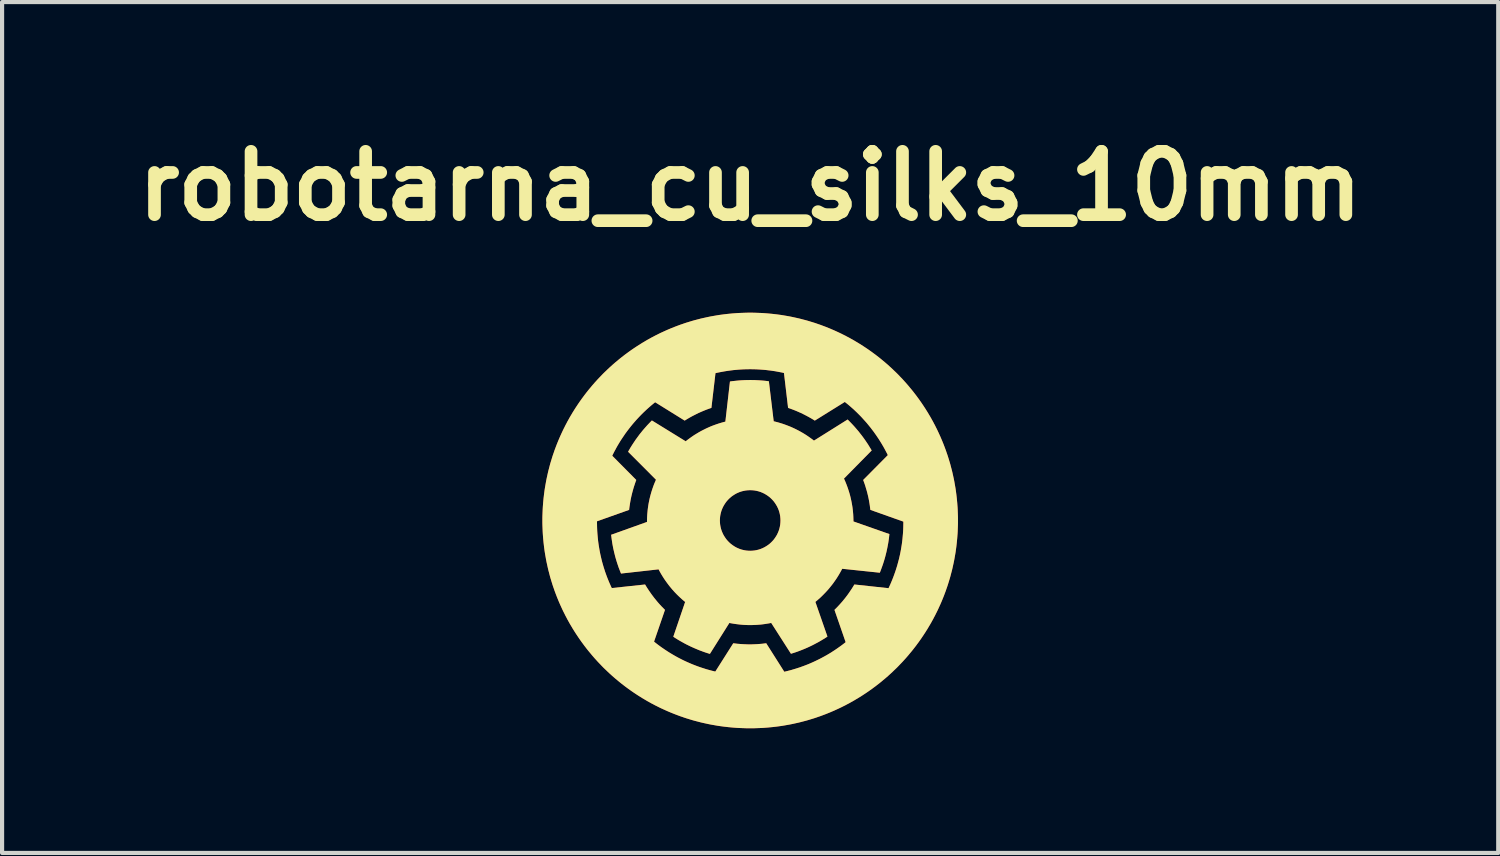
<source format=kicad_pcb>
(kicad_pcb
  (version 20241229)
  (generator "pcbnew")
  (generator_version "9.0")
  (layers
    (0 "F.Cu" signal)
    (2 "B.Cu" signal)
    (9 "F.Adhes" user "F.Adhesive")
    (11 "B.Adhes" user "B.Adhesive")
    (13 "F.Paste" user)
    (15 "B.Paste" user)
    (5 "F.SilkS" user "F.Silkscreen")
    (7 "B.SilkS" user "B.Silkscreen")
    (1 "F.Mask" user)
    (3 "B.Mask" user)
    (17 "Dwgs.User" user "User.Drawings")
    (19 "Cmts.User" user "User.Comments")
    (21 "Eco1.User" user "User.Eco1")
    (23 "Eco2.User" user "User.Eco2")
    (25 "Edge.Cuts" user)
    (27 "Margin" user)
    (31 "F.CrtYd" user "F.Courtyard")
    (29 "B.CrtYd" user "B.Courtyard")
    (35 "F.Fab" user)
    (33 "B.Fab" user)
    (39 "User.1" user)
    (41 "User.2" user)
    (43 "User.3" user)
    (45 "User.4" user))
  (footprint "robotarna_cu_silks_10mm"
    (layer "F.Cu")
    (at 15.001 9.474)
    (property "Reference" "robotarna_cu_silks_10mm" (at 0 -8.048 0) (layer "F.SilkS") (effects (font (size 1.524 1.524) (thickness 0.305))))
    (attr smd)
    (fp_poly (pts (xy -0.000008 0.729) (xy -3.306 0.613) (xy -3.296 0.666) (xy -3.284 0.719) (xy -3.272 0.771) (xy -3.259 0.823) (xy -3.246 0.875) (xy -3.231 0.927) (xy -3.216 0.978) (xy -3.2 1.028) (xy -3.183 1.079) (xy -3.166 1.129) (xy -3.147 1.178) (xy -3.128 1.228) (xy -3.108 1.277) (xy -2.204 1.176) (xy -2.179 1.223) (xy -2.153 1.27) (xy -2.125 1.317) (xy -2.097 1.362) (xy -2.068 1.407) (xy -2.037 1.452) (xy -2.006 1.495) (xy -1.974 1.538) (xy -1.941 1.581) (xy -1.907 1.622) (xy -1.873 1.663) (xy -1.837 1.703) (xy -1.801 1.742) (xy -1.763 1.781) (xy -1.725 1.818) (xy -1.686 1.855) (xy -1.647 1.891) (xy -1.606 1.926) (xy -1.565 1.96) (xy -1.85 2.797) (xy -1.805 2.827) (xy -1.76 2.855) (xy -1.714 2.883) (xy -1.667 2.91) (xy -1.62 2.936) (xy -1.573 2.962) (xy -1.525 2.987) (xy -1.476 3.011) (xy -1.427 3.035) (xy -1.378 3.057) (xy -1.328 3.079) (xy -1.278 3.1) (xy -1.228 3.121) (xy -1.177 3.14) (xy -1.126 3.159) (xy -1.074 3.177) (xy -1.022 3.194) (xy -0.969 3.21) (xy -0.501 2.466) (xy -0.447 2.476) (xy -0.392 2.485) (xy -0.338 2.493) (xy -0.283 2.5) (xy -0.227 2.506) (xy -0.171 2.511) (xy -0.115 2.514) (xy -0.059 2.516) (xy -0.002 2.516) (xy 0.05 2.516) (xy 0.102 2.514) (xy 0.154 2.512) (xy 0.205 2.508) (xy 0.256 2.504) (xy 0.307 2.498) (xy 0.357 2.491) (xy 0.407 2.483) (xy 0.457 2.475) (xy 0.506 2.465) (xy 0.981 3.207) (xy 1.033 3.191) (xy 1.085 3.174) (xy 1.137 3.156) (xy 1.188 3.137) (xy 1.239 3.117) (xy 1.289 3.097) (xy 1.339 3.076) (xy 1.389 3.054) (xy 1.438 3.031) (xy 1.486 3.008) (xy 1.535 2.983) (xy 1.582 2.958) (xy 1.63 2.933) (xy 1.677 2.906) (xy 1.723 2.879) (xy 1.769 2.851) (xy 1.815 2.823) (xy 1.859 2.793) (xy 1.569 1.959) (xy 1.61 1.925) (xy 1.651 1.889) (xy 1.692 1.853) (xy 1.731 1.815) (xy 1.769 1.777) (xy 1.807 1.738) (xy 1.844 1.698) (xy 1.88 1.658) (xy 1.915 1.616) (xy 1.949 1.574) (xy 1.983 1.531) (xy 2.015 1.487) (xy 2.046 1.443) (xy 2.077 1.398) (xy 2.106 1.352) (xy 2.135 1.305) (xy 2.162 1.258) (xy 2.189 1.21) (xy 2.214 1.162) (xy 3.119 1.257) (xy 3.139 1.208) (xy 3.157 1.159) (xy 3.175 1.109) (xy 3.193 1.059) (xy 3.209 1.009) (xy 3.225 0.958) (xy 3.24 0.907) (xy 3.254 0.856) (xy 3.267 0.804) (xy 3.28 0.752) (xy 3.291 0.7) (xy 3.302 0.648) (xy 3.312 0.595) (xy 3.322 0.542) (xy 3.33 0.488) (xy 3.338 0.435) (xy 3.344 0.381) (xy 3.35 0.327) (xy 2.485 0.023) (xy 2.484 -0.035) (xy 2.482 -0.093) (xy 2.479 -0.15) (xy 2.474 -0.207) (xy 2.468 -0.264) (xy 2.461 -0.32) (xy 2.452 -0.375) (xy 2.442 -0.431) (xy 2.431 -0.486) (xy 2.419 -0.54) (xy 2.406 -0.594) (xy 2.391 -0.648) (xy 2.375 -0.701) (xy 2.358 -0.753) (xy 2.34 -0.806) (xy 2.321 -0.857) (xy 2.301 -0.908) (xy 2.28 -0.958) (xy 2.257 -1.008) (xy 2.924 -1.685) (xy 2.895 -1.734) (xy 2.866 -1.781) (xy 2.837 -1.829) (xy 2.806 -1.875) (xy 2.775 -1.921) (xy 2.743 -1.967) (xy 2.71 -2.012) (xy 2.677 -2.056) (xy 2.642 -2.1) (xy 2.608 -2.144) (xy 2.572 -2.186) (xy 2.536 -2.228) (xy 2.499 -2.27) (xy 2.461 -2.311) (xy 2.423 -2.351) (xy 2.384 -2.391) (xy 2.345 -2.43) (xy 1.535 -1.922) (xy 1.492 -1.955) (xy 1.449 -1.986) (xy 1.405 -2.017) (xy 1.361 -2.047) (xy 1.316 -2.076) (xy 1.27 -2.104) (xy 1.223 -2.131) (xy 1.176 -2.157) (xy 1.128 -2.182) (xy 1.08 -2.206) (xy 1.031 -2.229) (xy 0.982 -2.251) (xy 0.931 -2.272) (xy 0.881 -2.291) (xy 0.83 -2.31) (xy 0.778 -2.328) (xy 0.726 -2.344) (xy 0.673 -2.36) (xy 0.62 -2.374) (xy 0.566 -2.387) (xy 0.45 -3.35) (xy 0.396 -3.357) (xy 0.341 -3.363) (xy 0.285 -3.368) (xy 0.23 -3.372) (xy 0.174 -3.375) (xy 0.118 -3.378) (xy 0.062 -3.379) (xy 0.006 -3.38) (xy -0.05 -3.379) (xy -0.106 -3.378) (xy -0.161 -3.376) (xy -0.216 -3.373) (xy -0.271 -3.369) (xy -0.325 -3.364) (xy -0.38 -3.358) (xy -0.434 -3.352) (xy -0.487 -3.344) (xy -0.597 -2.379) (xy -0.65 -2.365) (xy -0.703 -2.35) (xy -0.755 -2.334) (xy -0.806 -2.317) (xy -0.857 -2.299) (xy -0.908 -2.28) (xy -0.958 -2.26) (xy -1.007 -2.238) (xy -1.056 -2.216) (xy -1.104 -2.192) (xy -1.152 -2.168) (xy -1.199 -2.143) (xy -1.246 -2.116) (xy -1.291 -2.089) (xy -1.337 -2.061) (xy -1.381 -2.032) (xy -1.425 -2.001) (xy -1.468 -1.97) (xy -1.511 -1.938) (xy -1.552 -1.906) (xy -2.365 -2.407) (xy -2.404 -2.368) (xy -2.443 -2.327) (xy -2.481 -2.287) (xy -2.518 -2.245) (xy -2.555 -2.203) (xy -2.591 -2.161) (xy -2.626 -2.117) (xy -2.661 -2.074) (xy -2.694 -2.029) (xy -2.727 -1.984) (xy -2.76 -1.939) (xy -2.791 -1.892) (xy -2.822 -1.846) (xy -2.852 -1.799) (xy -2.882 -1.751) (xy -2.91 -1.703) (xy -2.938 -1.654) (xy -2.267 -0.981) (xy -2.288 -0.932) (xy -2.309 -0.883) (xy -2.328 -0.833) (xy -2.346 -0.782) (xy -2.363 -0.731) (xy -2.379 -0.68) (xy -2.394 -0.627) (xy -2.408 -0.575) (xy -2.421 -0.522) (xy -2.432 -0.469) (xy -2.443 -0.415) (xy -2.452 -0.361) (xy -2.46 -0.306) (xy -2.467 -0.251) (xy -2.472 -0.196) (xy -2.477 -0.14) (xy -2.48 -0.084) (xy -2.482 -0.028) (xy -2.483 0.029) (xy -2.483 0.035) (xy -3.346 0.344) (xy -3.339 0.399) (xy -3.332 0.453) (xy -3.324 0.507) (xy -3.316 0.56) (xy -3.306 0.613) (xy -0.000008 0.729) (xy -0.052 0.727) (xy -0.103 0.722) (xy -0.153 0.713) (xy -0.202 0.701) (xy -0.249 0.686) (xy -0.295 0.667) (xy -0.34 0.646) (xy -0.382 0.621) (xy -0.423 0.594) (xy -0.462 0.565) (xy -0.498 0.533) (xy -0.533 0.498) (xy -0.565 0.462) (xy -0.594 0.423) (xy -0.621 0.382) (xy -0.646 0.34) (xy -0.667 0.295) (xy -0.686 0.249) (xy -0.701 0.202) (xy -0.713 0.153) (xy -0.722 0.103) (xy -0.727 0.052) (xy -0.729 0.000017) (xy -0.727 -0.052) (xy -0.722 -0.103) (xy -0.713 -0.153) (xy -0.701 -0.202) (xy -0.686 -0.249) (xy -0.667 -0.295) (xy -0.646 -0.339) (xy -0.621 -0.382) (xy -0.594 -0.423) (xy -0.565 -0.462) (xy -0.533 -0.498) (xy -0.498 -0.533) (xy -0.462 -0.565) (xy -0.423 -0.594) (xy -0.382 -0.621) (xy -0.34 -0.646) (xy -0.295 -0.667) (xy -0.249 -0.686) (xy -0.202 -0.701) (xy -0.153 -0.713) (xy -0.103 -0.722) (xy -0.052 -0.727) (xy -0.000008 -0.729) (xy 0.052 -0.727) (xy 0.103 -0.722) (xy 0.153 -0.713) (xy 0.202 -0.701) (xy 0.249 -0.686) (xy 0.295 -0.667) (xy 0.339 -0.646) (xy 0.382 -0.621) (xy 0.423 -0.594) (xy 0.462 -0.565) (xy 0.498 -0.533) (xy 0.533 -0.498) (xy 0.565 -0.462) (xy 0.594 -0.423) (xy 0.621 -0.382) (xy 0.646 -0.339) (xy 0.667 -0.295) (xy 0.686 -0.249) (xy 0.701 -0.202) (xy 0.713 -0.153) (xy 0.722 -0.103) (xy 0.727 -0.052) (xy 0.729 0.000017) (xy 0.727 0.052) (xy 0.722 0.103) (xy 0.713 0.153) (xy 0.701 0.202) (xy 0.686 0.249) (xy 0.667 0.295) (xy 0.646 0.34) (xy 0.621 0.382) (xy 0.594 0.423) (xy 0.565 0.462) (xy 0.533 0.498) (xy 0.498 0.533) (xy 0.462 0.565) (xy 0.423 0.594) (xy 0.382 0.621) (xy 0.339 0.646) (xy 0.295 0.667) (xy 0.249 0.686) (xy 0.202 0.701) (xy 0.153 0.713) (xy 0.103 0.722) (xy 0.052 0.727) (xy -0.000008 0.729)) (stroke (width 0) (type solid)) (fill yes) (layer "F.Cu"))
    (fp_poly (pts (xy 3.329 1.629) (xy 0.739 4.946) (xy 0.79 4.938) (xy 0.842 4.929) (xy 0.893 4.92) (xy 0.944 4.911) (xy 0.995 4.901) (xy 1.046 4.89) (xy 1.096 4.879) (xy 1.146 4.868) (xy 1.197 4.856) (xy 1.246 4.843) (xy 1.296 4.83) (xy 1.346 4.817) (xy 1.395 4.803) (xy 1.444 4.788) (xy 1.493 4.773) (xy 1.542 4.758) (xy 1.59 4.742) (xy 1.638 4.725) (xy 1.686 4.709) (xy 1.734 4.691) (xy 1.782 4.673) (xy 1.829 4.655) (xy 1.876 4.636) (xy 1.923 4.617) (xy 1.969 4.597) (xy 2.016 4.577) (xy 2.062 4.556) (xy 2.108 4.535) (xy 2.153 4.514) (xy 2.199 4.492) (xy 2.244 4.469) (xy 2.289 4.447) (xy 2.333 4.423) (xy 2.378 4.4) (xy 2.422 4.375) (xy 2.466 4.351) (xy 2.509 4.326) (xy 2.552 4.3) (xy 2.595 4.275) (xy 2.638 4.248) (xy 2.68 4.222) (xy 2.723 4.194) (xy 2.764 4.167) (xy 2.806 4.139) (xy 2.847 4.111) (xy 2.888 4.082) (xy 2.929 4.053) (xy 2.969 4.023) (xy 3.009 3.994) (xy 3.049 3.963) (xy 3.088 3.933) (xy 3.127 3.902) (xy 3.166 3.87) (xy 3.204 3.838) (xy 3.243 3.806) (xy 3.28 3.774) (xy 3.318 3.741) (xy 3.355 3.707) (xy 3.392 3.674) (xy 3.428 3.64) (xy 3.464 3.605) (xy 3.5 3.571) (xy 3.536 3.536) (xy 3.571 3.5) (xy 3.605 3.464) (xy 3.64 3.428) (xy 3.674 3.392) (xy 3.707 3.355) (xy 3.741 3.318) (xy 3.774 3.28) (xy 3.806 3.243) (xy 3.838 3.204) (xy 3.87 3.166) (xy 3.902 3.127) (xy 3.933 3.088) (xy 3.963 3.049) (xy 3.994 3.009) (xy 4.023 2.969) (xy 4.053 2.929) (xy 4.082 2.888) (xy 4.111 2.847) (xy 4.139 2.806) (xy 4.167 2.764) (xy 4.194 2.723) (xy 4.222 2.68) (xy 4.248 2.638) (xy 4.275 2.595) (xy 4.3 2.552) (xy 4.326 2.509) (xy 4.351 2.466) (xy 4.375 2.422) (xy 4.4 2.378) (xy 4.423 2.333) (xy 4.447 2.289) (xy 4.469 2.244) (xy 4.492 2.199) (xy 4.514 2.154) (xy 4.535 2.108) (xy 4.556 2.062) (xy 4.577 2.016) (xy 4.597 1.97) (xy 4.617 1.923) (xy 4.636 1.876) (xy 4.655 1.829) (xy 4.673 1.782) (xy 4.691 1.734) (xy 4.709 1.686) (xy 4.725 1.638) (xy 4.742 1.59) (xy 4.758 1.542) (xy 4.773 1.493) (xy 4.788 1.444) (xy 4.803 1.395) (xy 4.817 1.346) (xy 4.83 1.296) (xy 4.843 1.246) (xy 4.856 1.197) (xy 4.868 1.146) (xy 4.879 1.096) (xy 4.89 1.046) (xy 4.901 0.995) (xy 4.911 0.944) (xy 4.92 0.893) (xy 4.929 0.842) (xy 4.938 0.79) (xy 4.946 0.739) (xy 4.953 0.687) (xy 4.96 0.635) (xy 4.966 0.583) (xy 4.972 0.531) (xy 4.977 0.478) (xy 4.982 0.426) (xy 4.986 0.373) (xy 4.99 0.32) (xy 4.993 0.267) (xy 4.995 0.214) (xy 4.997 0.161) (xy 4.999 0.107) (xy 5 0.054) (xy 5 0.000014) (xy 5 -0.054) (xy 4.999 -0.107) (xy 4.997 -0.161) (xy 4.995 -0.214) (xy 4.993 -0.267) (xy 4.99 -0.32) (xy 4.986 -0.373) (xy 4.982 -0.426) (xy 4.977 -0.478) (xy 4.972 -0.531) (xy 4.966 -0.583) (xy 4.96 -0.635) (xy 4.953 -0.687) (xy 4.946 -0.739) (xy 4.938 -0.79) (xy 4.929 -0.842) (xy 4.92 -0.893) (xy 4.911 -0.944) (xy 4.901 -0.995) (xy 4.89 -1.046) (xy 4.879 -1.096) (xy 4.868 -1.146) (xy 4.856 -1.197) (xy 4.843 -1.246) (xy 4.83 -1.296) (xy 4.817 -1.346) (xy 4.803 -1.395) (xy 4.788 -1.444) (xy 4.773 -1.493) (xy 4.758 -1.542) (xy 4.742 -1.59) (xy 4.725 -1.638) (xy 4.709 -1.686) (xy 4.691 -1.734) (xy 4.673 -1.782) (xy 4.655 -1.829) (xy 4.636 -1.876) (xy 4.617 -1.923) (xy 4.597 -1.969) (xy 4.577 -2.016) (xy 4.556 -2.062) (xy 4.535 -2.108) (xy 4.514 -2.153) (xy 4.492 -2.199) (xy 4.469 -2.244) (xy 4.447 -2.289) (xy 4.423 -2.333) (xy 4.4 -2.378) (xy 4.375 -2.422) (xy 4.351 -2.466) (xy 4.326 -2.509) (xy 4.3 -2.552) (xy 4.275 -2.595) (xy 4.248 -2.638) (xy 4.222 -2.68) (xy 4.194 -2.723) (xy 4.167 -2.764) (xy 4.139 -2.806) (xy 4.111 -2.847) (xy 4.082 -2.888) (xy 4.053 -2.929) (xy 4.023 -2.969) (xy 3.994 -3.009) (xy 3.963 -3.049) (xy 3.933 -3.088) (xy 3.902 -3.127) (xy 3.87 -3.166) (xy 3.838 -3.204) (xy 3.806 -3.243) (xy 3.774 -3.28) (xy 3.741 -3.318) (xy 3.707 -3.355) (xy 3.674 -3.392) (xy 3.64 -3.428) (xy 3.605 -3.464) (xy 3.571 -3.5) (xy 3.536 -3.536) (xy 3.5 -3.571) (xy 3.464 -3.605) (xy 3.428 -3.64) (xy 3.392 -3.674) (xy 3.355 -3.707) (xy 3.318 -3.741) (xy 3.28 -3.774) (xy 3.243 -3.806) (xy 3.204 -3.838) (xy 3.166 -3.87) (xy 3.127 -3.902) (xy 3.088 -3.933) (xy 3.049 -3.963) (xy 3.009 -3.994) (xy 2.969 -4.023) (xy 2.929 -4.053) (xy 2.888 -4.082) (xy 2.847 -4.111) (xy 2.806 -4.139) (xy 2.764 -4.167) (xy 2.723 -4.194) (xy 2.68 -4.222) (xy 2.638 -4.248) (xy 2.595 -4.275) (xy 2.552 -4.3) (xy 2.509 -4.326) (xy 2.466 -4.351) (xy 2.422 -4.375) (xy 2.378 -4.4) (xy 2.333 -4.423) (xy 2.289 -4.447) (xy 2.244 -4.469) (xy 2.199 -4.492) (xy 2.153 -4.514) (xy 2.108 -4.535) (xy 2.062 -4.556) (xy 2.016 -4.577) (xy 1.969 -4.597) (xy 1.923 -4.617) (xy 1.876 -4.636) (xy 1.829 -4.655) (xy 1.782 -4.673) (xy 1.734 -4.691) (xy 1.686 -4.709) (xy 1.638 -4.725) (xy 1.59 -4.742) (xy 1.542 -4.758) (xy 1.493 -4.773) (xy 1.444 -4.788) (xy 1.395 -4.803) (xy 1.346 -4.817) (xy 1.296 -4.83) (xy 1.246 -4.843) (xy 1.197 -4.856) (xy 1.146 -4.868) (xy 1.096 -4.879) (xy 1.046 -4.89) (xy 0.995 -4.901) (xy 0.944 -4.911) (xy 0.893 -4.92) (xy 0.842 -4.929) (xy 0.79 -4.938) (xy 0.739 -4.946) (xy 0.687 -4.953) (xy 0.635 -4.96) (xy 0.583 -4.966) (xy 0.531 -4.972) (xy 0.478 -4.977) (xy 0.426 -4.982) (xy 0.373 -4.986) (xy 0.32 -4.99) (xy 0.267 -4.993) (xy 0.214 -4.995) (xy 0.161 -4.997) (xy 0.107 -4.999) (xy 0.054 -5) (xy -0.000014 -5) (xy -0.054 -5) (xy -0.107 -4.999) (xy -0.161 -4.997) (xy -0.214 -4.995) (xy -0.267 -4.993) (xy -0.32 -4.99) (xy -0.373 -4.986) (xy -0.426 -4.982) (xy -0.478 -4.977) (xy -0.531 -4.972) (xy -0.583 -4.966) (xy -0.635 -4.96) (xy -0.687 -4.953) (xy -0.739 -4.946) (xy -0.79 -4.938) (xy -0.842 -4.929) (xy -0.893 -4.92) (xy -0.944 -4.911) (xy -0.995 -4.901) (xy -1.046 -4.89) (xy -1.096 -4.879) (xy -1.146 -4.868) (xy -1.197 -4.856) (xy -1.246 -4.843) (xy -1.296 -4.83) (xy -1.346 -4.817) (xy -1.395 -4.803) (xy -1.444 -4.788) (xy -1.493 -4.773) (xy -1.542 -4.758) (xy -1.59 -4.742) (xy -1.638 -4.725) (xy -1.686 -4.709) (xy -1.734 -4.691) (xy -1.782 -4.673) (xy -1.829 -4.655) (xy -1.876 -4.636) (xy -1.923 -4.617) (xy -1.97 -4.597) (xy -2.016 -4.577) (xy -2.062 -4.556) (xy -2.108 -4.535) (xy -2.154 -4.514) (xy -2.199 -4.492) (xy -2.244 -4.469) (xy -2.289 -4.447) (xy -2.333 -4.423) (xy -2.378 -4.4) (xy -2.422 -4.375) (xy -2.466 -4.351) (xy -2.509 -4.326) (xy -2.552 -4.3) (xy -2.595 -4.275) (xy -2.638 -4.248) (xy -2.68 -4.222) (xy -2.723 -4.194) (xy -2.764 -4.167) (xy -2.806 -4.139) (xy -2.847 -4.111) (xy -2.888 -4.082) (xy -2.929 -4.053) (xy -2.969 -4.023) (xy -3.009 -3.994) (xy -3.049 -3.963) (xy -3.088 -3.933) (xy -3.127 -3.902) (xy -3.166 -3.87) (xy -3.204 -3.838) (xy -3.243 -3.806) (xy -3.28 -3.774) (xy -3.318 -3.741) (xy -3.355 -3.707) (xy -3.392 -3.674) (xy -3.428 -3.64) (xy -3.464 -3.605) (xy -3.5 -3.571) (xy -3.536 -3.536) (xy -3.571 -3.5) (xy -3.605 -3.464) (xy -3.64 -3.428) (xy -3.674 -3.392) (xy -3.707 -3.355) (xy -3.741 -3.318) (xy -3.774 -3.28) (xy -3.806 -3.243) (xy -3.838 -3.204) (xy -3.87 -3.166) (xy -3.902 -3.127) (xy -3.933 -3.088) (xy -3.963 -3.049) (xy -3.994 -3.009) (xy -4.023 -2.969) (xy -4.053 -2.929) (xy -4.082 -2.888) (xy -4.111 -2.847) (xy -4.139 -2.806) (xy -4.167 -2.764) (xy -4.194 -2.723) (xy -4.222 -2.68) (xy -4.248 -2.638) (xy -4.275 -2.595) (xy -4.3 -2.552) (xy -4.326 -2.509) (xy -4.351 -2.466) (xy -4.375 -2.422) (xy -4.4 -2.378) (xy -4.423 -2.333) (xy -4.447 -2.289) (xy -4.469 -2.244) (xy -4.492 -2.199) (xy -4.514 -2.153) (xy -4.535 -2.108) (xy -4.556 -2.062) (xy -4.577 -2.016) (xy -4.597 -1.969) (xy -4.617 -1.923) (xy -4.636 -1.876) (xy -4.655 -1.829) (xy -4.673 -1.782) (xy -4.691 -1.734) (xy -4.709 -1.686) (xy -4.725 -1.638) (xy -4.742 -1.59) (xy -4.758 -1.542) (xy -4.773 -1.493) (xy -4.788 -1.444) (xy -4.803 -1.395) (xy -4.817 -1.346) (xy -4.83 -1.296) (xy -4.843 -1.246) (xy -4.856 -1.197) (xy -4.868 -1.146) (xy -4.879 -1.096) (xy -4.89 -1.046) (xy -4.901 -0.995) (xy -4.911 -0.944) (xy -4.92 -0.893) (xy -4.929 -0.842) (xy -4.938 -0.79) (xy -4.946 -0.739) (xy -4.953 -0.687) (xy -4.96 -0.635) (xy -4.966 -0.583) (xy -4.972 -0.531) (xy -4.977 -0.478) (xy -4.982 -0.426) (xy -4.986 -0.373) (xy -4.99 -0.32) (xy -4.993 -0.267) (xy -4.995 -0.214) (xy -4.997 -0.161) (xy -4.999 -0.107) (xy -5 -0.054) (xy -5 0.000014) (xy -5 0.054) (xy -4.999 0.107) (xy -4.997 0.161) (xy -4.995 0.214) (xy -4.993 0.267) (xy -4.99 0.32) (xy -4.986 0.373) (xy -4.982 0.426) (xy -4.977 0.478) (xy -4.972 0.531) (xy -4.966 0.583) (xy -4.96 0.635) (xy -4.953 0.687) (xy -4.946 0.739) (xy -4.938 0.79) (xy -4.929 0.842) (xy -4.92 0.893) (xy -4.911 0.944) (xy -4.901 0.995) (xy -4.89 1.046) (xy -4.879 1.096) (xy -4.868 1.146) (xy -4.856 1.197) (xy -4.843 1.246) (xy -4.83 1.296) (xy -4.817 1.346) (xy -4.803 1.395) (xy -4.788 1.444) (xy -4.773 1.493) (xy -4.758 1.542) (xy -4.742 1.59) (xy -4.725 1.638) (xy -4.709 1.686) (xy -4.691 1.734) (xy -4.673 1.782) (xy -4.655 1.829) (xy -4.636 1.876) (xy -4.617 1.923) (xy -4.597 1.97) (xy -4.577 2.016) (xy -4.556 2.062) (xy -4.535 2.108) (xy -4.514 2.154) (xy -4.492 2.199) (xy -4.469 2.244) (xy -4.447 2.289) (xy -4.423 2.333) (xy -4.4 2.378) (xy -4.375 2.422) (xy -4.351 2.466) (xy -4.326 2.509) (xy -4.3 2.552) (xy -4.275 2.595) (xy -4.248 2.638) (xy -4.222 2.68) (xy -4.194 2.723) (xy -4.167 2.764) (xy -4.139 2.806) (xy -4.111 2.847) (xy -4.082 2.888) (xy -4.053 2.929) (xy -4.023 2.969) (xy -3.994 3.009) (xy -3.963 3.049) (xy -3.933 3.088) (xy -3.902 3.127) (xy -3.87 3.166) (xy -3.838 3.204) (xy -3.806 3.243) (xy -3.774 3.28) (xy -3.741 3.318) (xy -3.707 3.355) (xy -3.674 3.392) (xy -3.64 3.428) (xy -3.605 3.464) (xy -3.571 3.5) (xy -3.536 3.536) (xy -3.5 3.571) (xy -3.464 3.605) (xy -3.428 3.64) (xy -3.392 3.674) (xy -3.355 3.707) (xy -3.318 3.741) (xy -3.28 3.774) (xy -3.243 3.806) (xy -3.204 3.838) (xy -3.166 3.87) (xy -3.127 3.902) (xy -3.088 3.933) (xy -3.049 3.963) (xy -3.009 3.994) (xy -2.969 4.023) (xy -2.929 4.053) (xy -2.888 4.082) (xy -2.847 4.111) (xy -2.806 4.139) (xy -2.764 4.167) (xy -2.723 4.194) (xy -2.68 4.222) (xy -2.638 4.248) (xy -2.595 4.275) (xy -2.552 4.3) (xy -2.509 4.326) (xy -2.466 4.351) (xy -2.422 4.375) (xy -2.378 4.4) (xy -2.333 4.423) (xy -2.289 4.447) (xy -2.244 4.469) (xy -2.199 4.492) (xy -2.154 4.514) (xy -2.108 4.535) (xy -2.062 4.556) (xy -2.016 4.577) (xy -1.97 4.597) (xy -1.923 4.617) (xy -1.876 4.636) (xy -1.829 4.655) (xy -1.782 4.673) (xy -1.734 4.691) (xy -1.686 4.709) (xy -1.638 4.725) (xy -1.59 4.742) (xy -1.542 4.758) (xy -1.493 4.773) (xy -1.444 4.788) (xy -1.395 4.803) (xy -1.346 4.817) (xy -1.296 4.83) (xy -1.246 4.843) (xy -1.197 4.856) (xy -1.146 4.868) (xy -1.096 4.879) (xy -1.046 4.89) (xy -0.995 4.901) (xy -0.944 4.911) (xy -0.893 4.92) (xy -0.842 4.929) (xy -0.79 4.938) (xy -0.739 4.946) (xy -0.687 4.953) (xy -0.635 4.96) (xy -0.583 4.966) (xy -0.531 4.972) (xy -0.478 4.977) (xy -0.426 4.982) (xy -0.373 4.986) (xy -0.32 4.99) (xy -0.267 4.993) (xy -0.214 4.995) (xy -0.161 4.997) (xy -0.107 4.999) (xy -0.054 5) (xy -0.000014 5) (xy 0.054 5) (xy 0.107 4.999) (xy 0.161 4.997) (xy 0.214 4.995) (xy 0.267 4.993) (xy 0.32 4.99) (xy 0.373 4.986) (xy 0.426 4.982) (xy 0.478 4.977) (xy 0.531 4.972) (xy 0.583 4.966) (xy 0.635 4.96) (xy 0.687 4.953) (xy 0.739 4.946) (xy 3.329 1.629) (xy 2.507 1.54) (xy 2.478 1.588) (xy 2.449 1.635) (xy 2.418 1.681) (xy 2.387 1.727) (xy 2.355 1.773) (xy 2.322 1.817) (xy 2.288 1.862) (xy 2.253 1.905) (xy 2.218 1.948) (xy 2.181 1.99) (xy 2.144 2.031) (xy 2.106 2.072) (xy 2.068 2.111) (xy 2.028 2.151) (xy 2.297 2.928) (xy 2.254 2.962) (xy 2.211 2.995) (xy 2.167 3.027) (xy 2.122 3.059) (xy 2.078 3.09) (xy 2.032 3.121) (xy 1.987 3.15) (xy 1.941 3.18) (xy 1.894 3.208) (xy 1.847 3.236) (xy 1.799 3.263) (xy 1.751 3.289) (xy 1.703 3.315) (xy 1.654 3.34) (xy 1.605 3.364) (xy 1.555 3.388) (xy 1.505 3.411) (xy 1.455 3.433) (xy 1.404 3.455) (xy 1.353 3.475) (xy 1.301 3.495) (xy 1.249 3.514) (xy 1.197 3.533) (xy 1.144 3.55) (xy 1.091 3.567) (xy 1.037 3.583) (xy 0.984 3.599) (xy 0.93 3.613) (xy 0.875 3.627) (xy 0.821 3.64) (xy 0.386 2.954) (xy 0.337 2.96) (xy 0.288 2.966) (xy 0.239 2.97) (xy 0.189 2.974) (xy 0.14 2.977) (xy 0.09 2.979) (xy 0.04 2.981) (xy -0.011 2.981) (xy -0.061 2.981) (xy -0.111 2.979) (xy -0.161 2.977) (xy -0.211 2.974) (xy -0.26 2.97) (xy -0.309 2.966) (xy -0.358 2.96) (xy -0.407 2.954) (xy -0.839 3.635) (xy -0.894 3.622) (xy -0.948 3.608) (xy -1.002 3.593) (xy -1.056 3.578) (xy -1.109 3.561) (xy -1.162 3.544) (xy -1.215 3.526) (xy -1.267 3.508) (xy -1.319 3.488) (xy -1.371 3.468) (xy -1.422 3.447) (xy -1.473 3.425) (xy -1.523 3.403) (xy -1.573 3.38) (xy -1.623 3.356) (xy -1.672 3.331) (xy -1.721 3.306) (xy -1.769 3.28) (xy -1.817 3.253) (xy -1.865 3.225) (xy -1.912 3.197) (xy -1.958 3.169) (xy -2.004 3.139) (xy -2.05 3.109) (xy -2.095 3.078) (xy -2.14 3.047) (xy -2.184 3.015) (xy -2.228 2.982) (xy -2.271 2.949) (xy -2.313 2.915) (xy -2.05 2.151) (xy -2.089 2.111) (xy -2.128 2.072) (xy -2.166 2.031) (xy -2.203 1.99) (xy -2.239 1.948) (xy -2.274 1.905) (xy -2.309 1.862) (xy -2.343 1.817) (xy -2.376 1.773) (xy -2.408 1.727) (xy -2.44 1.681) (xy -2.47 1.635) (xy -2.5 1.588) (xy -2.529 1.54) (xy -3.33 1.626) (xy -3.353 1.578) (xy -3.374 1.53) (xy -3.396 1.481) (xy -3.416 1.432) (xy -3.436 1.382) (xy -3.455 1.332) (xy -3.473 1.282) (xy -3.491 1.232) (xy -3.507 1.181) (xy -3.524 1.129) (xy -3.539 1.078) (xy -3.554 1.026) (xy -3.568 0.974) (xy -3.581 0.921) (xy -3.593 0.869) (xy -3.605 0.816) (xy -3.616 0.762) (xy -3.626 0.709) (xy -3.635 0.655) (xy -3.644 0.601) (xy -3.652 0.546) (xy -3.659 0.492) (xy -3.665 0.437) (xy -3.67 0.382) (xy -3.675 0.326) (xy -3.679 0.271) (xy -3.682 0.215) (xy -3.684 0.159) (xy -3.685 0.102) (xy -3.686 0.046) (xy -3.685 0.019) (xy -2.913 -0.255) (xy -2.907 -0.308) (xy -2.899 -0.362) (xy -2.891 -0.415) (xy -2.882 -0.467) (xy -2.872 -0.52) (xy -2.861 -0.572) (xy -2.849 -0.623) (xy -2.836 -0.675) (xy -2.822 -0.726) (xy -2.808 -0.776) (xy -2.792 -0.827) (xy -2.776 -0.876) (xy -2.759 -0.926) (xy -2.741 -0.975) (xy -3.319 -1.558) (xy -3.294 -1.609) (xy -3.269 -1.658) (xy -3.242 -1.707) (xy -3.216 -1.756) (xy -3.188 -1.805) (xy -3.16 -1.852) (xy -3.131 -1.9) (xy -3.101 -1.947) (xy -3.07 -1.993) (xy -3.039 -2.039) (xy -3.008 -2.085) (xy -2.975 -2.13) (xy -2.942 -2.174) (xy -2.908 -2.218) (xy -2.874 -2.261) (xy -2.839 -2.304) (xy -2.803 -2.347) (xy -2.767 -2.388) (xy -2.73 -2.43) (xy -2.693 -2.47) (xy -2.655 -2.51) (xy -2.616 -2.55) (xy -2.577 -2.589) (xy -2.537 -2.627) (xy -2.497 -2.665) (xy -2.456 -2.702) (xy -2.414 -2.739) (xy -2.372 -2.775) (xy -2.33 -2.81) (xy -2.287 -2.845) (xy -1.576 -2.403) (xy -1.53 -2.432) (xy -1.483 -2.46) (xy -1.436 -2.487) (xy -1.388 -2.513) (xy -1.339 -2.538) (xy -1.29 -2.563) (xy -1.241 -2.587) (xy -1.191 -2.609) (xy -1.14 -2.631) (xy -1.089 -2.652) (xy -1.038 -2.672) (xy -0.986 -2.691) (xy -0.933 -2.709) (xy -0.835 -3.545) (xy -0.782 -3.557) (xy -0.727 -3.568) (xy -0.673 -3.578) (xy -0.618 -3.588) (xy -0.563 -3.597) (xy -0.508 -3.605) (xy -0.453 -3.612) (xy -0.397 -3.619) (xy -0.341 -3.624) (xy -0.285 -3.629) (xy -0.228 -3.633) (xy -0.171 -3.636) (xy -0.115 -3.638) (xy -0.057 -3.639) (xy -0.000014 -3.64) (xy 0.056 -3.639) (xy 0.111 -3.638) (xy 0.167 -3.636) (xy 0.222 -3.633) (xy 0.277 -3.629) (xy 0.332 -3.625) (xy 0.386 -3.62) (xy 0.441 -3.613) (xy 0.495 -3.607) (xy 0.548 -3.599) (xy 0.602 -3.591) (xy 0.655 -3.581) (xy 0.708 -3.571) (xy 0.761 -3.561) (xy 0.813 -3.549) (xy 0.912 -2.709) (xy 0.965 -2.691) (xy 1.016 -2.672) (xy 1.068 -2.652) (xy 1.119 -2.631) (xy 1.169 -2.609) (xy 1.219 -2.587) (xy 1.269 -2.563) (xy 1.318 -2.538) (xy 1.366 -2.513) (xy 1.414 -2.487) (xy 1.462 -2.46) (xy 1.509 -2.432) (xy 1.555 -2.403) (xy 2.277 -2.852) (xy 2.32 -2.818) (xy 2.363 -2.783) (xy 2.405 -2.747) (xy 2.447 -2.71) (xy 2.488 -2.674) (xy 2.528 -2.636) (xy 2.568 -2.598) (xy 2.607 -2.559) (xy 2.646 -2.52) (xy 2.684 -2.48) (xy 2.721 -2.439) (xy 2.758 -2.398) (xy 2.795 -2.357) (xy 2.83 -2.315) (xy 2.865 -2.272) (xy 2.9 -2.229) (xy 2.933 -2.185) (xy 2.967 -2.141) (xy 2.999 -2.096) (xy 3.031 -2.051) (xy 3.062 -2.005) (xy 3.093 -1.959) (xy 3.122 -1.913) (xy 3.152 -1.865) (xy 3.18 -1.818) (xy 3.208 -1.77) (xy 3.235 -1.721) (xy 3.261 -1.672) (xy 3.287 -1.623) (xy 3.312 -1.573) (xy 2.719 -0.975) (xy 2.737 -0.926) (xy 2.755 -0.876) (xy 2.771 -0.827) (xy 2.786 -0.776) (xy 2.801 -0.726) (xy 2.815 -0.675) (xy 2.828 -0.623) (xy 2.84 -0.572) (xy 2.851 -0.52) (xy 2.861 -0.467) (xy 2.87 -0.415) (xy 2.878 -0.362) (xy 2.885 -0.308) (xy 2.892 -0.255) (xy 3.685 0.027) (xy 3.686 0.046) (xy 3.685 0.102) (xy 3.684 0.159) (xy 3.682 0.215) (xy 3.679 0.271) (xy 3.675 0.327) (xy 3.67 0.382) (xy 3.665 0.437) (xy 3.659 0.492) (xy 3.652 0.547) (xy 3.644 0.601) (xy 3.635 0.656) (xy 3.626 0.71) (xy 3.616 0.763) (xy 3.605 0.817) (xy 3.593 0.87) (xy 3.581 0.923) (xy 3.567 0.975) (xy 3.553 1.027) (xy 3.539 1.079) (xy 3.523 1.131) (xy 3.507 1.182) (xy 3.49 1.233) (xy 3.472 1.284) (xy 3.454 1.334) (xy 3.435 1.384) (xy 3.415 1.434) (xy 3.395 1.483) (xy 3.374 1.532) (xy 3.352 1.58) (xy 3.329 1.629)) (stroke (width 0) (type solid)) (fill yes) (layer "F.Cu"))
    (fp_poly (pts (xy -0.000008 0.729) (xy -3.306 0.613) (xy -3.296 0.666) (xy -3.284 0.719) (xy -3.272 0.771) (xy -3.259 0.823) (xy -3.246 0.875) (xy -3.231 0.927) (xy -3.216 0.978) (xy -3.2 1.028) (xy -3.183 1.079) (xy -3.166 1.129) (xy -3.147 1.178) (xy -3.128 1.228) (xy -3.108 1.277) (xy -2.204 1.176) (xy -2.179 1.223) (xy -2.153 1.27) (xy -2.125 1.317) (xy -2.097 1.362) (xy -2.068 1.407) (xy -2.037 1.452) (xy -2.006 1.495) (xy -1.974 1.538) (xy -1.941 1.581) (xy -1.907 1.622) (xy -1.873 1.663) (xy -1.837 1.703) (xy -1.801 1.742) (xy -1.763 1.781) (xy -1.725 1.818) (xy -1.686 1.855) (xy -1.647 1.891) (xy -1.606 1.926) (xy -1.565 1.96) (xy -1.85 2.797) (xy -1.805 2.827) (xy -1.76 2.855) (xy -1.714 2.883) (xy -1.667 2.91) (xy -1.62 2.936) (xy -1.573 2.962) (xy -1.525 2.987) (xy -1.476 3.011) (xy -1.427 3.035) (xy -1.378 3.057) (xy -1.328 3.079) (xy -1.278 3.1) (xy -1.228 3.121) (xy -1.177 3.14) (xy -1.126 3.159) (xy -1.074 3.177) (xy -1.022 3.194) (xy -0.969 3.21) (xy -0.501 2.466) (xy -0.447 2.476) (xy -0.392 2.485) (xy -0.338 2.493) (xy -0.283 2.5) (xy -0.227 2.506) (xy -0.171 2.511) (xy -0.115 2.514) (xy -0.059 2.516) (xy -0.002 2.516) (xy 0.05 2.516) (xy 0.102 2.514) (xy 0.154 2.512) (xy 0.205 2.508) (xy 0.256 2.504) (xy 0.307 2.498) (xy 0.357 2.491) (xy 0.407 2.483) (xy 0.457 2.475) (xy 0.506 2.465) (xy 0.981 3.207) (xy 1.033 3.191) (xy 1.085 3.174) (xy 1.137 3.156) (xy 1.188 3.137) (xy 1.239 3.117) (xy 1.289 3.097) (xy 1.339 3.076) (xy 1.389 3.054) (xy 1.438 3.031) (xy 1.486 3.008) (xy 1.535 2.983) (xy 1.582 2.958) (xy 1.63 2.933) (xy 1.677 2.906) (xy 1.723 2.879) (xy 1.769 2.851) (xy 1.815 2.823) (xy 1.859 2.793) (xy 1.569 1.959) (xy 1.61 1.925) (xy 1.651 1.889) (xy 1.692 1.853) (xy 1.731 1.815) (xy 1.769 1.777) (xy 1.807 1.738) (xy 1.844 1.698) (xy 1.88 1.658) (xy 1.915 1.616) (xy 1.949 1.574) (xy 1.983 1.531) (xy 2.015 1.487) (xy 2.046 1.443) (xy 2.077 1.398) (xy 2.106 1.352) (xy 2.135 1.305) (xy 2.162 1.258) (xy 2.189 1.21) (xy 2.214 1.162) (xy 3.119 1.257) (xy 3.139 1.208) (xy 3.157 1.159) (xy 3.175 1.109) (xy 3.193 1.059) (xy 3.209 1.009) (xy 3.225 0.958) (xy 3.24 0.907) (xy 3.254 0.856) (xy 3.267 0.804) (xy 3.28 0.752) (xy 3.291 0.7) (xy 3.302 0.648) (xy 3.312 0.595) (xy 3.322 0.542) (xy 3.33 0.488) (xy 3.338 0.435) (xy 3.344 0.381) (xy 3.35 0.327) (xy 2.485 0.023) (xy 2.484 -0.035) (xy 2.482 -0.093) (xy 2.479 -0.15) (xy 2.474 -0.207) (xy 2.468 -0.264) (xy 2.461 -0.32) (xy 2.452 -0.375) (xy 2.442 -0.431) (xy 2.431 -0.486) (xy 2.419 -0.54) (xy 2.406 -0.594) (xy 2.391 -0.648) (xy 2.375 -0.701) (xy 2.358 -0.753) (xy 2.34 -0.806) (xy 2.321 -0.857) (xy 2.301 -0.908) (xy 2.28 -0.958) (xy 2.257 -1.008) (xy 2.924 -1.685) (xy 2.895 -1.734) (xy 2.866 -1.781) (xy 2.837 -1.829) (xy 2.806 -1.875) (xy 2.775 -1.921) (xy 2.743 -1.967) (xy 2.71 -2.012) (xy 2.677 -2.056) (xy 2.642 -2.1) (xy 2.608 -2.144) (xy 2.572 -2.186) (xy 2.536 -2.228) (xy 2.499 -2.27) (xy 2.461 -2.311) (xy 2.423 -2.351) (xy 2.384 -2.391) (xy 2.345 -2.43) (xy 1.535 -1.922) (xy 1.492 -1.955) (xy 1.449 -1.986) (xy 1.405 -2.017) (xy 1.361 -2.047) (xy 1.316 -2.076) (xy 1.27 -2.104) (xy 1.223 -2.131) (xy 1.176 -2.157) (xy 1.128 -2.182) (xy 1.08 -2.206) (xy 1.031 -2.229) (xy 0.982 -2.251) (xy 0.931 -2.272) (xy 0.881 -2.291) (xy 0.83 -2.31) (xy 0.778 -2.328) (xy 0.726 -2.344) (xy 0.673 -2.36) (xy 0.62 -2.374) (xy 0.566 -2.387) (xy 0.45 -3.35) (xy 0.396 -3.357) (xy 0.341 -3.363) (xy 0.285 -3.368) (xy 0.23 -3.372) (xy 0.174 -3.375) (xy 0.118 -3.378) (xy 0.062 -3.379) (xy 0.006 -3.38) (xy -0.05 -3.379) (xy -0.106 -3.378) (xy -0.161 -3.376) (xy -0.216 -3.373) (xy -0.271 -3.369) (xy -0.325 -3.364) (xy -0.38 -3.358) (xy -0.434 -3.352) (xy -0.487 -3.344) (xy -0.597 -2.379) (xy -0.65 -2.365) (xy -0.703 -2.35) (xy -0.755 -2.334) (xy -0.806 -2.317) (xy -0.857 -2.299) (xy -0.908 -2.28) (xy -0.958 -2.26) (xy -1.007 -2.238) (xy -1.056 -2.216) (xy -1.104 -2.192) (xy -1.152 -2.168) (xy -1.199 -2.143) (xy -1.246 -2.116) (xy -1.291 -2.089) (xy -1.337 -2.061) (xy -1.381 -2.032) (xy -1.425 -2.001) (xy -1.468 -1.97) (xy -1.511 -1.938) (xy -1.552 -1.906) (xy -2.365 -2.407) (xy -2.404 -2.368) (xy -2.443 -2.327) (xy -2.481 -2.287) (xy -2.518 -2.245) (xy -2.555 -2.203) (xy -2.591 -2.161) (xy -2.626 -2.117) (xy -2.661 -2.074) (xy -2.694 -2.029) (xy -2.727 -1.984) (xy -2.76 -1.939) (xy -2.791 -1.892) (xy -2.822 -1.846) (xy -2.852 -1.799) (xy -2.882 -1.751) (xy -2.91 -1.703) (xy -2.938 -1.654) (xy -2.267 -0.981) (xy -2.288 -0.932) (xy -2.309 -0.883) (xy -2.328 -0.833) (xy -2.346 -0.782) (xy -2.363 -0.731) (xy -2.379 -0.68) (xy -2.394 -0.627) (xy -2.408 -0.575) (xy -2.421 -0.522) (xy -2.432 -0.469) (xy -2.443 -0.415) (xy -2.452 -0.361) (xy -2.46 -0.306) (xy -2.467 -0.251) (xy -2.472 -0.196) (xy -2.477 -0.14) (xy -2.48 -0.084) (xy -2.482 -0.028) (xy -2.483 0.029) (xy -2.483 0.035) (xy -3.346 0.344) (xy -3.339 0.399) (xy -3.332 0.453) (xy -3.324 0.507) (xy -3.316 0.56) (xy -3.306 0.613) (xy -0.000008 0.729) (xy -0.052 0.727) (xy -0.103 0.722) (xy -0.153 0.713) (xy -0.202 0.701) (xy -0.249 0.686) (xy -0.295 0.667) (xy -0.34 0.646) (xy -0.382 0.621) (xy -0.423 0.594) (xy -0.462 0.565) (xy -0.498 0.533) (xy -0.533 0.498) (xy -0.565 0.462) (xy -0.594 0.423) (xy -0.621 0.382) (xy -0.646 0.34) (xy -0.667 0.295) (xy -0.686 0.249) (xy -0.701 0.202) (xy -0.713 0.153) (xy -0.722 0.103) (xy -0.727 0.052) (xy -0.729 0.000017) (xy -0.727 -0.052) (xy -0.722 -0.103) (xy -0.713 -0.153) (xy -0.701 -0.202) (xy -0.686 -0.249) (xy -0.667 -0.295) (xy -0.646 -0.339) (xy -0.621 -0.382) (xy -0.594 -0.423) (xy -0.565 -0.462) (xy -0.533 -0.498) (xy -0.498 -0.533) (xy -0.462 -0.565) (xy -0.423 -0.594) (xy -0.382 -0.621) (xy -0.34 -0.646) (xy -0.295 -0.667) (xy -0.249 -0.686) (xy -0.202 -0.701) (xy -0.153 -0.713) (xy -0.103 -0.722) (xy -0.052 -0.727) (xy -0.000008 -0.729) (xy 0.052 -0.727) (xy 0.103 -0.722) (xy 0.153 -0.713) (xy 0.202 -0.701) (xy 0.249 -0.686) (xy 0.295 -0.667) (xy 0.339 -0.646) (xy 0.382 -0.621) (xy 0.423 -0.594) (xy 0.462 -0.565) (xy 0.498 -0.533) (xy 0.533 -0.498) (xy 0.565 -0.462) (xy 0.594 -0.423) (xy 0.621 -0.382) (xy 0.646 -0.339) (xy 0.667 -0.295) (xy 0.686 -0.249) (xy 0.701 -0.202) (xy 0.713 -0.153) (xy 0.722 -0.103) (xy 0.727 -0.052) (xy 0.729 0.000017) (xy 0.727 0.052) (xy 0.722 0.103) (xy 0.713 0.153) (xy 0.701 0.202) (xy 0.686 0.249) (xy 0.667 0.295) (xy 0.646 0.34) (xy 0.621 0.382) (xy 0.594 0.423) (xy 0.565 0.462) (xy 0.533 0.498) (xy 0.498 0.533) (xy 0.462 0.565) (xy 0.423 0.594) (xy 0.382 0.621) (xy 0.339 0.646) (xy 0.295 0.667) (xy 0.249 0.686) (xy 0.202 0.701) (xy 0.153 0.713) (xy 0.103 0.722) (xy 0.052 0.727) (xy -0.000008 0.729)) (stroke (width 0) (type solid)) (fill yes) (layer "F.SilkS"))
    (fp_poly (pts (xy 3.329 1.629) (xy 0.739 4.946) (xy 0.79 4.938) (xy 0.842 4.929) (xy 0.893 4.92) (xy 0.944 4.911) (xy 0.995 4.901) (xy 1.046 4.89) (xy 1.096 4.879) (xy 1.146 4.868) (xy 1.197 4.856) (xy 1.246 4.843) (xy 1.296 4.83) (xy 1.346 4.817) (xy 1.395 4.803) (xy 1.444 4.788) (xy 1.493 4.773) (xy 1.542 4.758) (xy 1.59 4.742) (xy 1.638 4.725) (xy 1.686 4.709) (xy 1.734 4.691) (xy 1.782 4.673) (xy 1.829 4.655) (xy 1.876 4.636) (xy 1.923 4.617) (xy 1.969 4.597) (xy 2.016 4.577) (xy 2.062 4.556) (xy 2.108 4.535) (xy 2.153 4.514) (xy 2.199 4.492) (xy 2.244 4.469) (xy 2.289 4.447) (xy 2.333 4.423) (xy 2.378 4.4) (xy 2.422 4.375) (xy 2.466 4.351) (xy 2.509 4.326) (xy 2.552 4.3) (xy 2.595 4.275) (xy 2.638 4.248) (xy 2.68 4.222) (xy 2.723 4.194) (xy 2.764 4.167) (xy 2.806 4.139) (xy 2.847 4.111) (xy 2.888 4.082) (xy 2.929 4.053) (xy 2.969 4.023) (xy 3.009 3.994) (xy 3.049 3.963) (xy 3.088 3.933) (xy 3.127 3.902) (xy 3.166 3.87) (xy 3.204 3.838) (xy 3.243 3.806) (xy 3.28 3.774) (xy 3.318 3.741) (xy 3.355 3.707) (xy 3.392 3.674) (xy 3.428 3.64) (xy 3.464 3.605) (xy 3.5 3.571) (xy 3.536 3.536) (xy 3.571 3.5) (xy 3.605 3.464) (xy 3.64 3.428) (xy 3.674 3.392) (xy 3.707 3.355) (xy 3.741 3.318) (xy 3.774 3.28) (xy 3.806 3.243) (xy 3.838 3.204) (xy 3.87 3.166) (xy 3.902 3.127) (xy 3.933 3.088) (xy 3.963 3.049) (xy 3.994 3.009) (xy 4.023 2.969) (xy 4.053 2.929) (xy 4.082 2.888) (xy 4.111 2.847) (xy 4.139 2.806) (xy 4.167 2.764) (xy 4.194 2.723) (xy 4.222 2.68) (xy 4.248 2.638) (xy 4.275 2.595) (xy 4.3 2.552) (xy 4.326 2.509) (xy 4.351 2.466) (xy 4.375 2.422) (xy 4.4 2.378) (xy 4.423 2.333) (xy 4.447 2.289) (xy 4.469 2.244) (xy 4.492 2.199) (xy 4.514 2.154) (xy 4.535 2.108) (xy 4.556 2.062) (xy 4.577 2.016) (xy 4.597 1.97) (xy 4.617 1.923) (xy 4.636 1.876) (xy 4.655 1.829) (xy 4.673 1.782) (xy 4.691 1.734) (xy 4.709 1.686) (xy 4.725 1.638) (xy 4.742 1.59) (xy 4.758 1.542) (xy 4.773 1.493) (xy 4.788 1.444) (xy 4.803 1.395) (xy 4.817 1.346) (xy 4.83 1.296) (xy 4.843 1.246) (xy 4.856 1.197) (xy 4.868 1.146) (xy 4.879 1.096) (xy 4.89 1.046) (xy 4.901 0.995) (xy 4.911 0.944) (xy 4.92 0.893) (xy 4.929 0.842) (xy 4.938 0.79) (xy 4.946 0.739) (xy 4.953 0.687) (xy 4.96 0.635) (xy 4.966 0.583) (xy 4.972 0.531) (xy 4.977 0.478) (xy 4.982 0.426) (xy 4.986 0.373) (xy 4.99 0.32) (xy 4.993 0.267) (xy 4.995 0.214) (xy 4.997 0.161) (xy 4.999 0.107) (xy 5 0.054) (xy 5 0.000014) (xy 5 -0.054) (xy 4.999 -0.107) (xy 4.997 -0.161) (xy 4.995 -0.214) (xy 4.993 -0.267) (xy 4.99 -0.32) (xy 4.986 -0.373) (xy 4.982 -0.426) (xy 4.977 -0.478) (xy 4.972 -0.531) (xy 4.966 -0.583) (xy 4.96 -0.635) (xy 4.953 -0.687) (xy 4.946 -0.739) (xy 4.938 -0.79) (xy 4.929 -0.842) (xy 4.92 -0.893) (xy 4.911 -0.944) (xy 4.901 -0.995) (xy 4.89 -1.046) (xy 4.879 -1.096) (xy 4.868 -1.146) (xy 4.856 -1.197) (xy 4.843 -1.246) (xy 4.83 -1.296) (xy 4.817 -1.346) (xy 4.803 -1.395) (xy 4.788 -1.444) (xy 4.773 -1.493) (xy 4.758 -1.542) (xy 4.742 -1.59) (xy 4.725 -1.638) (xy 4.709 -1.686) (xy 4.691 -1.734) (xy 4.673 -1.782) (xy 4.655 -1.829) (xy 4.636 -1.876) (xy 4.617 -1.923) (xy 4.597 -1.969) (xy 4.577 -2.016) (xy 4.556 -2.062) (xy 4.535 -2.108) (xy 4.514 -2.153) (xy 4.492 -2.199) (xy 4.469 -2.244) (xy 4.447 -2.289) (xy 4.423 -2.333) (xy 4.4 -2.378) (xy 4.375 -2.422) (xy 4.351 -2.466) (xy 4.326 -2.509) (xy 4.3 -2.552) (xy 4.275 -2.595) (xy 4.248 -2.638) (xy 4.222 -2.68) (xy 4.194 -2.723) (xy 4.167 -2.764) (xy 4.139 -2.806) (xy 4.111 -2.847) (xy 4.082 -2.888) (xy 4.053 -2.929) (xy 4.023 -2.969) (xy 3.994 -3.009) (xy 3.963 -3.049) (xy 3.933 -3.088) (xy 3.902 -3.127) (xy 3.87 -3.166) (xy 3.838 -3.204) (xy 3.806 -3.243) (xy 3.774 -3.28) (xy 3.741 -3.318) (xy 3.707 -3.355) (xy 3.674 -3.392) (xy 3.64 -3.428) (xy 3.605 -3.464) (xy 3.571 -3.5) (xy 3.536 -3.536) (xy 3.5 -3.571) (xy 3.464 -3.605) (xy 3.428 -3.64) (xy 3.392 -3.674) (xy 3.355 -3.707) (xy 3.318 -3.741) (xy 3.28 -3.774) (xy 3.243 -3.806) (xy 3.204 -3.838) (xy 3.166 -3.87) (xy 3.127 -3.902) (xy 3.088 -3.933) (xy 3.049 -3.963) (xy 3.009 -3.994) (xy 2.969 -4.023) (xy 2.929 -4.053) (xy 2.888 -4.082) (xy 2.847 -4.111) (xy 2.806 -4.139) (xy 2.764 -4.167) (xy 2.723 -4.194) (xy 2.68 -4.222) (xy 2.638 -4.248) (xy 2.595 -4.275) (xy 2.552 -4.3) (xy 2.509 -4.326) (xy 2.466 -4.351) (xy 2.422 -4.375) (xy 2.378 -4.4) (xy 2.333 -4.423) (xy 2.289 -4.447) (xy 2.244 -4.469) (xy 2.199 -4.492) (xy 2.153 -4.514) (xy 2.108 -4.535) (xy 2.062 -4.556) (xy 2.016 -4.577) (xy 1.969 -4.597) (xy 1.923 -4.617) (xy 1.876 -4.636) (xy 1.829 -4.655) (xy 1.782 -4.673) (xy 1.734 -4.691) (xy 1.686 -4.709) (xy 1.638 -4.725) (xy 1.59 -4.742) (xy 1.542 -4.758) (xy 1.493 -4.773) (xy 1.444 -4.788) (xy 1.395 -4.803) (xy 1.346 -4.817) (xy 1.296 -4.83) (xy 1.246 -4.843) (xy 1.197 -4.856) (xy 1.146 -4.868) (xy 1.096 -4.879) (xy 1.046 -4.89) (xy 0.995 -4.901) (xy 0.944 -4.911) (xy 0.893 -4.92) (xy 0.842 -4.929) (xy 0.79 -4.938) (xy 0.739 -4.946) (xy 0.687 -4.953) (xy 0.635 -4.96) (xy 0.583 -4.966) (xy 0.531 -4.972) (xy 0.478 -4.977) (xy 0.426 -4.982) (xy 0.373 -4.986) (xy 0.32 -4.99) (xy 0.267 -4.993) (xy 0.214 -4.995) (xy 0.161 -4.997) (xy 0.107 -4.999) (xy 0.054 -5) (xy -0.000014 -5) (xy -0.054 -5) (xy -0.107 -4.999) (xy -0.161 -4.997) (xy -0.214 -4.995) (xy -0.267 -4.993) (xy -0.32 -4.99) (xy -0.373 -4.986) (xy -0.426 -4.982) (xy -0.478 -4.977) (xy -0.531 -4.972) (xy -0.583 -4.966) (xy -0.635 -4.96) (xy -0.687 -4.953) (xy -0.739 -4.946) (xy -0.79 -4.938) (xy -0.842 -4.929) (xy -0.893 -4.92) (xy -0.944 -4.911) (xy -0.995 -4.901) (xy -1.046 -4.89) (xy -1.096 -4.879) (xy -1.146 -4.868) (xy -1.197 -4.856) (xy -1.246 -4.843) (xy -1.296 -4.83) (xy -1.346 -4.817) (xy -1.395 -4.803) (xy -1.444 -4.788) (xy -1.493 -4.773) (xy -1.542 -4.758) (xy -1.59 -4.742) (xy -1.638 -4.725) (xy -1.686 -4.709) (xy -1.734 -4.691) (xy -1.782 -4.673) (xy -1.829 -4.655) (xy -1.876 -4.636) (xy -1.923 -4.617) (xy -1.97 -4.597) (xy -2.016 -4.577) (xy -2.062 -4.556) (xy -2.108 -4.535) (xy -2.154 -4.514) (xy -2.199 -4.492) (xy -2.244 -4.469) (xy -2.289 -4.447) (xy -2.333 -4.423) (xy -2.378 -4.4) (xy -2.422 -4.375) (xy -2.466 -4.351) (xy -2.509 -4.326) (xy -2.552 -4.3) (xy -2.595 -4.275) (xy -2.638 -4.248) (xy -2.68 -4.222) (xy -2.723 -4.194) (xy -2.764 -4.167) (xy -2.806 -4.139) (xy -2.847 -4.111) (xy -2.888 -4.082) (xy -2.929 -4.053) (xy -2.969 -4.023) (xy -3.009 -3.994) (xy -3.049 -3.963) (xy -3.088 -3.933) (xy -3.127 -3.902) (xy -3.166 -3.87) (xy -3.204 -3.838) (xy -3.243 -3.806) (xy -3.28 -3.774) (xy -3.318 -3.741) (xy -3.355 -3.707) (xy -3.392 -3.674) (xy -3.428 -3.64) (xy -3.464 -3.605) (xy -3.5 -3.571) (xy -3.536 -3.536) (xy -3.571 -3.5) (xy -3.605 -3.464) (xy -3.64 -3.428) (xy -3.674 -3.392) (xy -3.707 -3.355) (xy -3.741 -3.318) (xy -3.774 -3.28) (xy -3.806 -3.243) (xy -3.838 -3.204) (xy -3.87 -3.166) (xy -3.902 -3.127) (xy -3.933 -3.088) (xy -3.963 -3.049) (xy -3.994 -3.009) (xy -4.023 -2.969) (xy -4.053 -2.929) (xy -4.082 -2.888) (xy -4.111 -2.847) (xy -4.139 -2.806) (xy -4.167 -2.764) (xy -4.194 -2.723) (xy -4.222 -2.68) (xy -4.248 -2.638) (xy -4.275 -2.595) (xy -4.3 -2.552) (xy -4.326 -2.509) (xy -4.351 -2.466) (xy -4.375 -2.422) (xy -4.4 -2.378) (xy -4.423 -2.333) (xy -4.447 -2.289) (xy -4.469 -2.244) (xy -4.492 -2.199) (xy -4.514 -2.153) (xy -4.535 -2.108) (xy -4.556 -2.062) (xy -4.577 -2.016) (xy -4.597 -1.969) (xy -4.617 -1.923) (xy -4.636 -1.876) (xy -4.655 -1.829) (xy -4.673 -1.782) (xy -4.691 -1.734) (xy -4.709 -1.686) (xy -4.725 -1.638) (xy -4.742 -1.59) (xy -4.758 -1.542) (xy -4.773 -1.493) (xy -4.788 -1.444) (xy -4.803 -1.395) (xy -4.817 -1.346) (xy -4.83 -1.296) (xy -4.843 -1.246) (xy -4.856 -1.197) (xy -4.868 -1.146) (xy -4.879 -1.096) (xy -4.89 -1.046) (xy -4.901 -0.995) (xy -4.911 -0.944) (xy -4.92 -0.893) (xy -4.929 -0.842) (xy -4.938 -0.79) (xy -4.946 -0.739) (xy -4.953 -0.687) (xy -4.96 -0.635) (xy -4.966 -0.583) (xy -4.972 -0.531) (xy -4.977 -0.478) (xy -4.982 -0.426) (xy -4.986 -0.373) (xy -4.99 -0.32) (xy -4.993 -0.267) (xy -4.995 -0.214) (xy -4.997 -0.161) (xy -4.999 -0.107) (xy -5 -0.054) (xy -5 0.000014) (xy -5 0.054) (xy -4.999 0.107) (xy -4.997 0.161) (xy -4.995 0.214) (xy -4.993 0.267) (xy -4.99 0.32) (xy -4.986 0.373) (xy -4.982 0.426) (xy -4.977 0.478) (xy -4.972 0.531) (xy -4.966 0.583) (xy -4.96 0.635) (xy -4.953 0.687) (xy -4.946 0.739) (xy -4.938 0.79) (xy -4.929 0.842) (xy -4.92 0.893) (xy -4.911 0.944) (xy -4.901 0.995) (xy -4.89 1.046) (xy -4.879 1.096) (xy -4.868 1.146) (xy -4.856 1.197) (xy -4.843 1.246) (xy -4.83 1.296) (xy -4.817 1.346) (xy -4.803 1.395) (xy -4.788 1.444) (xy -4.773 1.493) (xy -4.758 1.542) (xy -4.742 1.59) (xy -4.725 1.638) (xy -4.709 1.686) (xy -4.691 1.734) (xy -4.673 1.782) (xy -4.655 1.829) (xy -4.636 1.876) (xy -4.617 1.923) (xy -4.597 1.97) (xy -4.577 2.016) (xy -4.556 2.062) (xy -4.535 2.108) (xy -4.514 2.154) (xy -4.492 2.199) (xy -4.469 2.244) (xy -4.447 2.289) (xy -4.423 2.333) (xy -4.4 2.378) (xy -4.375 2.422) (xy -4.351 2.466) (xy -4.326 2.509) (xy -4.3 2.552) (xy -4.275 2.595) (xy -4.248 2.638) (xy -4.222 2.68) (xy -4.194 2.723) (xy -4.167 2.764) (xy -4.139 2.806) (xy -4.111 2.847) (xy -4.082 2.888) (xy -4.053 2.929) (xy -4.023 2.969) (xy -3.994 3.009) (xy -3.963 3.049) (xy -3.933 3.088) (xy -3.902 3.127) (xy -3.87 3.166) (xy -3.838 3.204) (xy -3.806 3.243) (xy -3.774 3.28) (xy -3.741 3.318) (xy -3.707 3.355) (xy -3.674 3.392) (xy -3.64 3.428) (xy -3.605 3.464) (xy -3.571 3.5) (xy -3.536 3.536) (xy -3.5 3.571) (xy -3.464 3.605) (xy -3.428 3.64) (xy -3.392 3.674) (xy -3.355 3.707) (xy -3.318 3.741) (xy -3.28 3.774) (xy -3.243 3.806) (xy -3.204 3.838) (xy -3.166 3.87) (xy -3.127 3.902) (xy -3.088 3.933) (xy -3.049 3.963) (xy -3.009 3.994) (xy -2.969 4.023) (xy -2.929 4.053) (xy -2.888 4.082) (xy -2.847 4.111) (xy -2.806 4.139) (xy -2.764 4.167) (xy -2.723 4.194) (xy -2.68 4.222) (xy -2.638 4.248) (xy -2.595 4.275) (xy -2.552 4.3) (xy -2.509 4.326) (xy -2.466 4.351) (xy -2.422 4.375) (xy -2.378 4.4) (xy -2.333 4.423) (xy -2.289 4.447) (xy -2.244 4.469) (xy -2.199 4.492) (xy -2.154 4.514) (xy -2.108 4.535) (xy -2.062 4.556) (xy -2.016 4.577) (xy -1.97 4.597) (xy -1.923 4.617) (xy -1.876 4.636) (xy -1.829 4.655) (xy -1.782 4.673) (xy -1.734 4.691) (xy -1.686 4.709) (xy -1.638 4.725) (xy -1.59 4.742) (xy -1.542 4.758) (xy -1.493 4.773) (xy -1.444 4.788) (xy -1.395 4.803) (xy -1.346 4.817) (xy -1.296 4.83) (xy -1.246 4.843) (xy -1.197 4.856) (xy -1.146 4.868) (xy -1.096 4.879) (xy -1.046 4.89) (xy -0.995 4.901) (xy -0.944 4.911) (xy -0.893 4.92) (xy -0.842 4.929) (xy -0.79 4.938) (xy -0.739 4.946) (xy -0.687 4.953) (xy -0.635 4.96) (xy -0.583 4.966) (xy -0.531 4.972) (xy -0.478 4.977) (xy -0.426 4.982) (xy -0.373 4.986) (xy -0.32 4.99) (xy -0.267 4.993) (xy -0.214 4.995) (xy -0.161 4.997) (xy -0.107 4.999) (xy -0.054 5) (xy -0.000014 5) (xy 0.054 5) (xy 0.107 4.999) (xy 0.161 4.997) (xy 0.214 4.995) (xy 0.267 4.993) (xy 0.32 4.99) (xy 0.373 4.986) (xy 0.426 4.982) (xy 0.478 4.977) (xy 0.531 4.972) (xy 0.583 4.966) (xy 0.635 4.96) (xy 0.687 4.953) (xy 0.739 4.946) (xy 3.329 1.629) (xy 2.507 1.54) (xy 2.478 1.588) (xy 2.449 1.635) (xy 2.418 1.681) (xy 2.387 1.727) (xy 2.355 1.773) (xy 2.322 1.817) (xy 2.288 1.862) (xy 2.253 1.905) (xy 2.218 1.948) (xy 2.181 1.99) (xy 2.144 2.031) (xy 2.106 2.072) (xy 2.068 2.111) (xy 2.028 2.151) (xy 2.297 2.928) (xy 2.254 2.962) (xy 2.211 2.995) (xy 2.167 3.027) (xy 2.122 3.059) (xy 2.078 3.09) (xy 2.032 3.121) (xy 1.987 3.15) (xy 1.941 3.18) (xy 1.894 3.208) (xy 1.847 3.236) (xy 1.799 3.263) (xy 1.751 3.289) (xy 1.703 3.315) (xy 1.654 3.34) (xy 1.605 3.364) (xy 1.555 3.388) (xy 1.505 3.411) (xy 1.455 3.433) (xy 1.404 3.455) (xy 1.353 3.475) (xy 1.301 3.495) (xy 1.249 3.514) (xy 1.197 3.533) (xy 1.144 3.55) (xy 1.091 3.567) (xy 1.037 3.583) (xy 0.984 3.599) (xy 0.93 3.613) (xy 0.875 3.627) (xy 0.821 3.64) (xy 0.386 2.954) (xy 0.337 2.96) (xy 0.288 2.966) (xy 0.239 2.97) (xy 0.189 2.974) (xy 0.14 2.977) (xy 0.09 2.979) (xy 0.04 2.981) (xy -0.011 2.981) (xy -0.061 2.981) (xy -0.111 2.979) (xy -0.161 2.977) (xy -0.211 2.974) (xy -0.26 2.97) (xy -0.309 2.966) (xy -0.358 2.96) (xy -0.407 2.954) (xy -0.839 3.635) (xy -0.894 3.622) (xy -0.948 3.608) (xy -1.002 3.593) (xy -1.056 3.578) (xy -1.109 3.561) (xy -1.162 3.544) (xy -1.215 3.526) (xy -1.267 3.508) (xy -1.319 3.488) (xy -1.371 3.468) (xy -1.422 3.447) (xy -1.473 3.425) (xy -1.523 3.403) (xy -1.573 3.38) (xy -1.623 3.356) (xy -1.672 3.331) (xy -1.721 3.306) (xy -1.769 3.28) (xy -1.817 3.253) (xy -1.865 3.225) (xy -1.912 3.197) (xy -1.958 3.169) (xy -2.004 3.139) (xy -2.05 3.109) (xy -2.095 3.078) (xy -2.14 3.047) (xy -2.184 3.015) (xy -2.228 2.982) (xy -2.271 2.949) (xy -2.313 2.915) (xy -2.05 2.151) (xy -2.089 2.111) (xy -2.128 2.072) (xy -2.166 2.031) (xy -2.203 1.99) (xy -2.239 1.948) (xy -2.274 1.905) (xy -2.309 1.862) (xy -2.343 1.817) (xy -2.376 1.773) (xy -2.408 1.727) (xy -2.44 1.681) (xy -2.47 1.635) (xy -2.5 1.588) (xy -2.529 1.54) (xy -3.33 1.626) (xy -3.353 1.578) (xy -3.374 1.53) (xy -3.396 1.481) (xy -3.416 1.432) (xy -3.436 1.382) (xy -3.455 1.332) (xy -3.473 1.282) (xy -3.491 1.232) (xy -3.507 1.181) (xy -3.524 1.129) (xy -3.539 1.078) (xy -3.554 1.026) (xy -3.568 0.974) (xy -3.581 0.921) (xy -3.593 0.869) (xy -3.605 0.816) (xy -3.616 0.762) (xy -3.626 0.709) (xy -3.635 0.655) (xy -3.644 0.601) (xy -3.652 0.546) (xy -3.659 0.492) (xy -3.665 0.437) (xy -3.67 0.382) (xy -3.675 0.326) (xy -3.679 0.271) (xy -3.682 0.215) (xy -3.684 0.159) (xy -3.685 0.102) (xy -3.686 0.046) (xy -3.685 0.019) (xy -2.913 -0.255) (xy -2.907 -0.308) (xy -2.899 -0.362) (xy -2.891 -0.415) (xy -2.882 -0.467) (xy -2.872 -0.52) (xy -2.861 -0.572) (xy -2.849 -0.623) (xy -2.836 -0.675) (xy -2.822 -0.726) (xy -2.808 -0.776) (xy -2.792 -0.827) (xy -2.776 -0.876) (xy -2.759 -0.926) (xy -2.741 -0.975) (xy -3.319 -1.558) (xy -3.294 -1.609) (xy -3.269 -1.658) (xy -3.242 -1.707) (xy -3.216 -1.756) (xy -3.188 -1.805) (xy -3.16 -1.852) (xy -3.131 -1.9) (xy -3.101 -1.947) (xy -3.07 -1.993) (xy -3.039 -2.039) (xy -3.008 -2.085) (xy -2.975 -2.13) (xy -2.942 -2.174) (xy -2.908 -2.218) (xy -2.874 -2.261) (xy -2.839 -2.304) (xy -2.803 -2.347) (xy -2.767 -2.388) (xy -2.73 -2.43) (xy -2.693 -2.47) (xy -2.655 -2.51) (xy -2.616 -2.55) (xy -2.577 -2.589) (xy -2.537 -2.627) (xy -2.497 -2.665) (xy -2.456 -2.702) (xy -2.414 -2.739) (xy -2.372 -2.775) (xy -2.33 -2.81) (xy -2.287 -2.845) (xy -1.576 -2.403) (xy -1.53 -2.432) (xy -1.483 -2.46) (xy -1.436 -2.487) (xy -1.388 -2.513) (xy -1.339 -2.538) (xy -1.29 -2.563) (xy -1.241 -2.587) (xy -1.191 -2.609) (xy -1.14 -2.631) (xy -1.089 -2.652) (xy -1.038 -2.672) (xy -0.986 -2.691) (xy -0.933 -2.709) (xy -0.835 -3.545) (xy -0.782 -3.557) (xy -0.727 -3.568) (xy -0.673 -3.578) (xy -0.618 -3.588) (xy -0.563 -3.597) (xy -0.508 -3.605) (xy -0.453 -3.612) (xy -0.397 -3.619) (xy -0.341 -3.624) (xy -0.285 -3.629) (xy -0.228 -3.633) (xy -0.171 -3.636) (xy -0.115 -3.638) (xy -0.057 -3.639) (xy -0.000014 -3.64) (xy 0.056 -3.639) (xy 0.111 -3.638) (xy 0.167 -3.636) (xy 0.222 -3.633) (xy 0.277 -3.629) (xy 0.332 -3.625) (xy 0.386 -3.62) (xy 0.441 -3.613) (xy 0.495 -3.607) (xy 0.548 -3.599) (xy 0.602 -3.591) (xy 0.655 -3.581) (xy 0.708 -3.571) (xy 0.761 -3.561) (xy 0.813 -3.549) (xy 0.912 -2.709) (xy 0.965 -2.691) (xy 1.016 -2.672) (xy 1.068 -2.652) (xy 1.119 -2.631) (xy 1.169 -2.609) (xy 1.219 -2.587) (xy 1.269 -2.563) (xy 1.318 -2.538) (xy 1.366 -2.513) (xy 1.414 -2.487) (xy 1.462 -2.46) (xy 1.509 -2.432) (xy 1.555 -2.403) (xy 2.277 -2.852) (xy 2.32 -2.818) (xy 2.363 -2.783) (xy 2.405 -2.747) (xy 2.447 -2.71) (xy 2.488 -2.674) (xy 2.528 -2.636) (xy 2.568 -2.598) (xy 2.607 -2.559) (xy 2.646 -2.52) (xy 2.684 -2.48) (xy 2.721 -2.439) (xy 2.758 -2.398) (xy 2.795 -2.357) (xy 2.83 -2.315) (xy 2.865 -2.272) (xy 2.9 -2.229) (xy 2.933 -2.185) (xy 2.967 -2.141) (xy 2.999 -2.096) (xy 3.031 -2.051) (xy 3.062 -2.005) (xy 3.093 -1.959) (xy 3.122 -1.913) (xy 3.152 -1.865) (xy 3.18 -1.818) (xy 3.208 -1.77) (xy 3.235 -1.721) (xy 3.261 -1.672) (xy 3.287 -1.623) (xy 3.312 -1.573) (xy 2.719 -0.975) (xy 2.737 -0.926) (xy 2.755 -0.876) (xy 2.771 -0.827) (xy 2.786 -0.776) (xy 2.801 -0.726) (xy 2.815 -0.675) (xy 2.828 -0.623) (xy 2.84 -0.572) (xy 2.851 -0.52) (xy 2.861 -0.467) (xy 2.87 -0.415) (xy 2.878 -0.362) (xy 2.885 -0.308) (xy 2.892 -0.255) (xy 3.685 0.027) (xy 3.686 0.046) (xy 3.685 0.102) (xy 3.684 0.159) (xy 3.682 0.215) (xy 3.679 0.271) (xy 3.675 0.327) (xy 3.67 0.382) (xy 3.665 0.437) (xy 3.659 0.492) (xy 3.652 0.547) (xy 3.644 0.601) (xy 3.635 0.656) (xy 3.626 0.71) (xy 3.616 0.763) (xy 3.605 0.817) (xy 3.593 0.87) (xy 3.581 0.923) (xy 3.567 0.975) (xy 3.553 1.027) (xy 3.539 1.079) (xy 3.523 1.131) (xy 3.507 1.182) (xy 3.49 1.233) (xy 3.472 1.284) (xy 3.454 1.334) (xy 3.435 1.384) (xy 3.415 1.434) (xy 3.395 1.483) (xy 3.374 1.532) (xy 3.352 1.58) (xy 3.329 1.629)) (stroke (width 0) (type solid)) (fill yes) (layer "F.SilkS")))
  (gr_rect
    (start -3 -3)
    (end 33.001 17.474)
    (stroke (width 0.1) (type default))
    (fill no)
    (layer "Edge.Cuts")))
</source>
